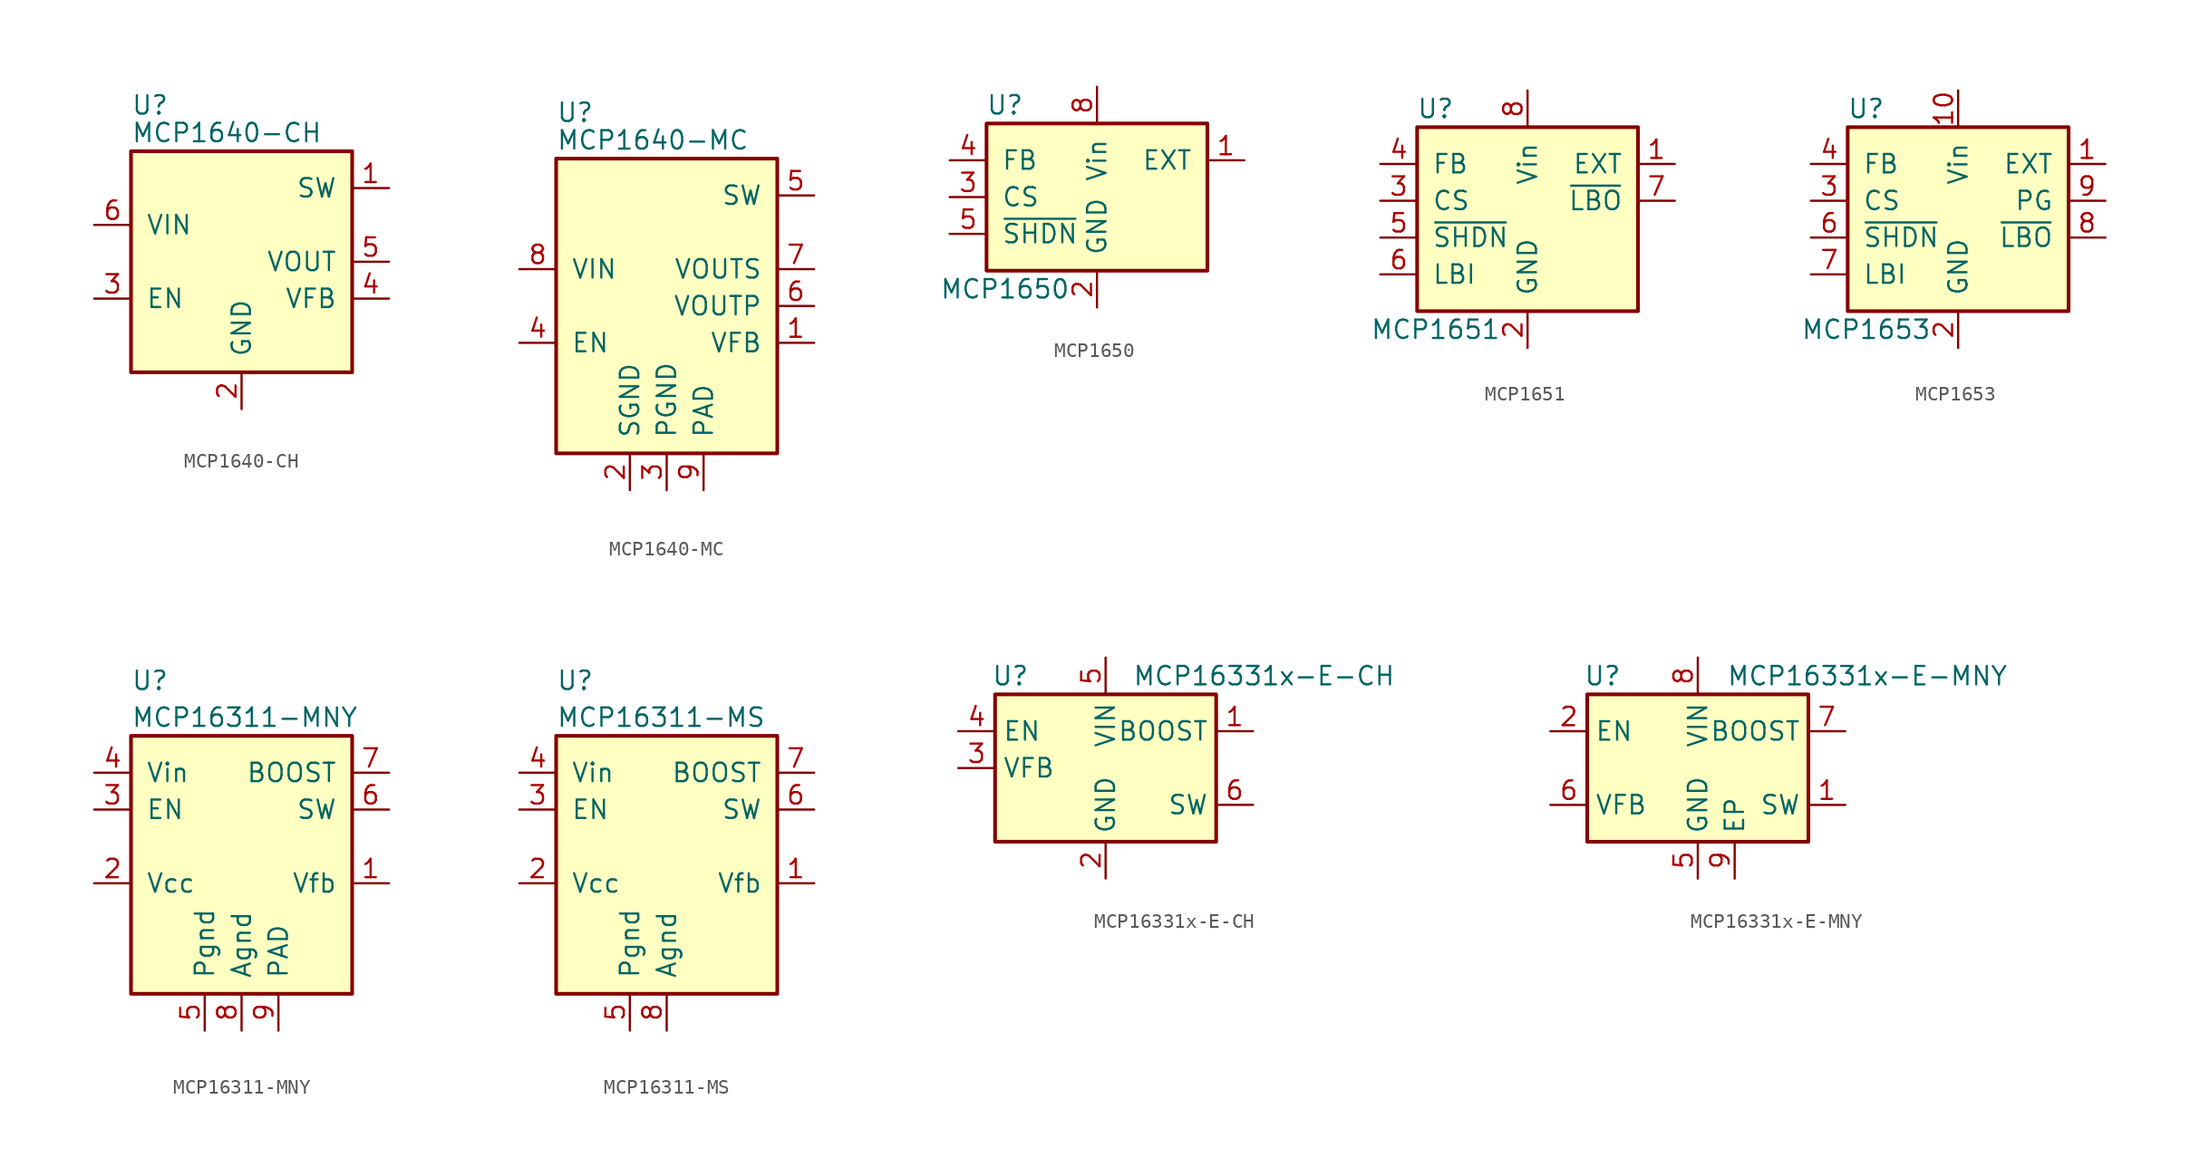
<source format=kicad_sym>
(kicad_symbol_lib
  (version 20211014)
  (generator kicad_symbol_editor)
  (symbol "MCP1640-CH"
    (pin_names
      (offset 1.016))
    (property "Reference" "U"
      (at -7.62 10.795 0)
      (effects (font (size 1.27 1.27)) (justify left)))
    (property "Value" "MCP1640-CH"
      (at -7.62 8.89 0)
      (effects (font (size 1.27 1.27)) (justify left)))
    (symbol "MCP1640-CH_0_1"
      (rectangle (start -7.62 7.62) (end 7.62 -7.62) (stroke (width 0.254) (type default) (color 0 0 0 0)) (fill (type background))))
    (symbol "MCP1640-CH_1_1"
      (pin input line (at 10.16 5.08 180) (length 2.54) (name "SW" (effects (font (size 1.27 1.27)))) (number "1" (effects (font (size 1.27 1.27)))))
      (pin power_in line (at 0 -10.16 90) (length 2.54) (name "GND" (effects (font (size 1.27 1.27)))) (number "2" (effects (font (size 1.27 1.27)))))
      (pin input line (at -10.16 -2.54 0) (length 2.54) (name "EN" (effects (font (size 1.27 1.27)))) (number "3" (effects (font (size 1.27 1.27)))))
      (pin input line (at 10.16 -2.54 180) (length 2.54) (name "VFB" (effects (font (size 1.27 1.27)))) (number "4" (effects (font (size 1.27 1.27)))))
      (pin power_out line (at 10.16 0 180) (length 2.54) (name "VOUT" (effects (font (size 1.27 1.27)))) (number "5" (effects (font (size 1.27 1.27)))))
      (pin power_in line (at -10.16 2.54 0) (length 2.54) (name "VIN" (effects (font (size 1.27 1.27)))) (number "6" (effects (font (size 1.27 1.27)))))))
  (symbol "MCP1640-MC"
    (pin_names
      (offset 1.016))
    (property "Reference" "U"
      (at -7.62 13.335 0)
      (effects (font (size 1.27 1.27)) (justify left)))
    (property "Value" "MCP1640-MC"
      (at -7.62 11.43 0)
      (effects (font (size 1.27 1.27)) (justify left)))
    (symbol "MCP1640-MC_0_1"
      (rectangle (start -7.62 10.16) (end 7.62 -10.16) (stroke (width 0.254) (type default) (color 0 0 0 0)) (fill (type background))))
    (symbol "MCP1640-MC_1_1"
      (pin input line (at 10.16 -2.54 180) (length 2.54) (name "VFB" (effects (font (size 1.27 1.27)))) (number "1" (effects (font (size 1.27 1.27)))))
      (pin power_in line (at -2.54 -12.7 90) (length 2.54) (name "SGND" (effects (font (size 1.27 1.27)))) (number "2" (effects (font (size 1.27 1.27)))))
      (pin power_in line (at 0 -12.7 90) (length 2.54) (name "PGND" (effects (font (size 1.27 1.27)))) (number "3" (effects (font (size 1.27 1.27)))))
      (pin input line (at -10.16 -2.54 0) (length 2.54) (name "EN" (effects (font (size 1.27 1.27)))) (number "4" (effects (font (size 1.27 1.27)))))
      (pin input line (at 10.16 7.62 180) (length 2.54) (name "SW" (effects (font (size 1.27 1.27)))) (number "5" (effects (font (size 1.27 1.27)))))
      (pin power_out line (at 10.16 0 180) (length 2.54) (name "VOUTP" (effects (font (size 1.27 1.27)))) (number "6" (effects (font (size 1.27 1.27)))))
      (pin power_out line (at 10.16 2.54 180) (length 2.54) (name "VOUTS" (effects (font (size 1.27 1.27)))) (number "7" (effects (font (size 1.27 1.27)))))
      (pin power_in line (at -10.16 2.54 0) (length 2.54) (name "VIN" (effects (font (size 1.27 1.27)))) (number "8" (effects (font (size 1.27 1.27)))))
      (pin passive line (at 2.54 -12.7 90) (length 2.54) (name "PAD" (effects (font (size 1.27 1.27)))) (number "9" (effects (font (size 1.27 1.27)))))))
  (symbol "MCP1650"
    (pin_names
      (offset 1.016))
    (property "Reference" "U"
      (at -6.35 6.35 0)
      (effects (font (size 1.27 1.27))))
    (property "Value" "MCP1650"
      (at -6.35 -6.35 0)
      (effects (font (size 1.27 1.27))))
    (symbol "MCP1650_0_1"
      (rectangle (start -7.62 5.08) (end 7.62 -5.08) (stroke (width 0.254) (type default) (color 0 0 0 0)) (fill (type background))))
    (symbol "MCP1650_1_1"
      (pin open_emitter line (at 10.16 2.54 180) (length 2.54) (name "EXT" (effects (font (size 1.27 1.27)))) (number "1" (effects (font (size 1.27 1.27)))))
      (pin power_in line (at 0 -7.62 90) (length 2.54) (name "GND" (effects (font (size 1.27 1.27)))) (number "2" (effects (font (size 1.27 1.27)))))
      (pin input line (at -10.16 0 0) (length 2.54) (name "CS" (effects (font (size 1.27 1.27)))) (number "3" (effects (font (size 1.27 1.27)))))
      (pin input line (at -10.16 2.54 0) (length 2.54) (name "FB" (effects (font (size 1.27 1.27)))) (number "4" (effects (font (size 1.27 1.27)))))
      (pin input line (at -10.16 -2.54 0) (length 2.54) (name "~{SHDN}" (effects (font (size 1.27 1.27)))) (number "5" (effects (font (size 1.27 1.27)))))
      (pin no_connect line (at 10.16 -2.54 180) (length 2.54) hide (name "NC" (effects (font (size 1.27 1.27)))) (number "6" (effects (font (size 1.27 1.27)))))
      (pin no_connect line (at 10.16 0 180) (length 2.54) hide (name "NC" (effects (font (size 1.27 1.27)))) (number "7" (effects (font (size 1.27 1.27)))))
      (pin power_in line (at 0 7.62 270) (length 2.54) (name "Vin" (effects (font (size 1.27 1.27)))) (number "8" (effects (font (size 1.27 1.27)))))))
  (symbol "MCP1651"
    (pin_names
      (offset 1.016))
    (property "Reference" "U"
      (at -6.35 8.89 0)
      (effects (font (size 1.27 1.27))))
    (property "Value" "MCP1651"
      (at -6.35 -6.35 0)
      (effects (font (size 1.27 1.27))))
    (symbol "MCP1651_0_1"
      (rectangle (start -7.62 7.62) (end 7.62 -5.08) (stroke (width 0.254) (type default) (color 0 0 0 0)) (fill (type background))))
    (symbol "MCP1651_1_1"
      (pin open_emitter line (at 10.16 5.08 180) (length 2.54) (name "EXT" (effects (font (size 1.27 1.27)))) (number "1" (effects (font (size 1.27 1.27)))))
      (pin power_in line (at 0 -7.62 90) (length 2.54) (name "GND" (effects (font (size 1.27 1.27)))) (number "2" (effects (font (size 1.27 1.27)))))
      (pin input line (at -10.16 2.54 0) (length 2.54) (name "CS" (effects (font (size 1.27 1.27)))) (number "3" (effects (font (size 1.27 1.27)))))
      (pin input line (at -10.16 5.08 0) (length 2.54) (name "FB" (effects (font (size 1.27 1.27)))) (number "4" (effects (font (size 1.27 1.27)))))
      (pin input line (at -10.16 0 0) (length 2.54) (name "~{SHDN}" (effects (font (size 1.27 1.27)))) (number "5" (effects (font (size 1.27 1.27)))))
      (pin input line (at -10.16 -2.54 0) (length 2.54) (name "LBI" (effects (font (size 1.27 1.27)))) (number "6" (effects (font (size 1.27 1.27)))))
      (pin open_emitter line (at 10.16 2.54 180) (length 2.54) (name "~{LBO}" (effects (font (size 1.27 1.27)))) (number "7" (effects (font (size 1.27 1.27)))))
      (pin power_in line (at 0 10.16 270) (length 2.54) (name "Vin" (effects (font (size 1.27 1.27)))) (number "8" (effects (font (size 1.27 1.27)))))))
  (symbol "MCP1653"
    (pin_names
      (offset 1.016))
    (property "Reference" "U"
      (at -6.35 8.89 0)
      (effects (font (size 1.27 1.27))))
    (property "Value" "MCP1653"
      (at -6.35 -6.35 0)
      (effects (font (size 1.27 1.27))))
    (symbol "MCP1653_0_1"
      (rectangle (start -7.62 7.62) (end 7.62 -5.08) (stroke (width 0.254) (type default) (color 0 0 0 0)) (fill (type background))))
    (symbol "MCP1653_1_1"
      (pin open_emitter line (at 10.16 5.08 180) (length 2.54) (name "EXT" (effects (font (size 1.27 1.27)))) (number "1" (effects (font (size 1.27 1.27)))))
      (pin power_in line (at 0 10.16 270) (length 2.54) (name "Vin" (effects (font (size 1.27 1.27)))) (number "10" (effects (font (size 1.27 1.27)))))
      (pin power_in line (at 0 -7.62 90) (length 2.54) (name "GND" (effects (font (size 1.27 1.27)))) (number "2" (effects (font (size 1.27 1.27)))))
      (pin input line (at -10.16 2.54 0) (length 2.54) (name "CS" (effects (font (size 1.27 1.27)))) (number "3" (effects (font (size 1.27 1.27)))))
      (pin input line (at -10.16 5.08 0) (length 2.54) (name "FB" (effects (font (size 1.27 1.27)))) (number "4" (effects (font (size 1.27 1.27)))))
      (pin no_connect line (at 10.16 -2.54 180) (length 2.54) hide (name "NC" (effects (font (size 1.27 1.27)))) (number "5" (effects (font (size 1.27 1.27)))))
      (pin input line (at -10.16 0 0) (length 2.54) (name "~{SHDN}" (effects (font (size 1.27 1.27)))) (number "6" (effects (font (size 1.27 1.27)))))
      (pin input line (at -10.16 -2.54 0) (length 2.54) (name "LBI" (effects (font (size 1.27 1.27)))) (number "7" (effects (font (size 1.27 1.27)))))
      (pin open_emitter line (at 10.16 0 180) (length 2.54) (name "~{LBO}" (effects (font (size 1.27 1.27)))) (number "8" (effects (font (size 1.27 1.27)))))
      (pin output line (at 10.16 2.54 180) (length 2.54) (name "PG" (effects (font (size 1.27 1.27)))) (number "9" (effects (font (size 1.27 1.27)))))))
  (symbol "MCP16311-MNY"
    (pin_names
      (offset 1.016))
    (property "Reference" "U"
      (at -7.62 13.97 0)
      (effects (font (size 1.27 1.27)) (justify left)))
    (property "Value" "MCP16311-MNY"
      (at -7.62 11.43 0)
      (effects (font (size 1.27 1.27)) (justify left)))
    (symbol "MCP16311-MNY_0_1"
      (rectangle (start -7.62 10.16) (end 7.62 -7.62) (stroke (width 0.254) (type default) (color 0 0 0 0)) (fill (type background))))
    (symbol "MCP16311-MNY_1_1"
      (pin input line (at 10.16 0 180) (length 2.54) (name "Vfb" (effects (font (size 1.27 1.27)))) (number "1" (effects (font (size 1.27 1.27)))))
      (pin power_out line (at -10.16 0 0) (length 2.54) (name "Vcc" (effects (font (size 1.27 1.27)))) (number "2" (effects (font (size 1.27 1.27)))))
      (pin input line (at -10.16 5.08 0) (length 2.54) (name "EN" (effects (font (size 1.27 1.27)))) (number "3" (effects (font (size 1.27 1.27)))))
      (pin power_in line (at -10.16 7.62 0) (length 2.54) (name "Vin" (effects (font (size 1.27 1.27)))) (number "4" (effects (font (size 1.27 1.27)))))
      (pin power_in line (at -2.54 -10.16 90) (length 2.54) (name "Pgnd" (effects (font (size 1.27 1.27)))) (number "5" (effects (font (size 1.27 1.27)))))
      (pin power_out line (at 10.16 5.08 180) (length 2.54) (name "SW" (effects (font (size 1.27 1.27)))) (number "6" (effects (font (size 1.27 1.27)))))
      (pin output line (at 10.16 7.62 180) (length 2.54) (name "BOOST" (effects (font (size 1.27 1.27)))) (number "7" (effects (font (size 1.27 1.27)))))
      (pin power_in line (at 0 -10.16 90) (length 2.54) (name "Agnd" (effects (font (size 1.27 1.27)))) (number "8" (effects (font (size 1.27 1.27)))))
      (pin power_in line (at 2.54 -10.16 90) (length 2.54) (name "PAD" (effects (font (size 1.27 1.27)))) (number "9" (effects (font (size 1.27 1.27)))))))
  (symbol "MCP16311-MS"
    (pin_names
      (offset 1.016))
    (property "Reference" "U"
      (at -7.62 13.97 0)
      (effects (font (size 1.27 1.27)) (justify left)))
    (property "Value" "MCP16311-MS"
      (at -7.62 11.43 0)
      (effects (font (size 1.27 1.27)) (justify left)))
    (symbol "MCP16311-MS_0_1"
      (rectangle (start -7.62 10.16) (end 7.62 -7.62) (stroke (width 0.254) (type default) (color 0 0 0 0)) (fill (type background))))
    (symbol "MCP16311-MS_1_1"
      (pin input line (at 10.16 0 180) (length 2.54) (name "Vfb" (effects (font (size 1.27 1.27)))) (number "1" (effects (font (size 1.27 1.27)))))
      (pin power_out line (at -10.16 0 0) (length 2.54) (name "Vcc" (effects (font (size 1.27 1.27)))) (number "2" (effects (font (size 1.27 1.27)))))
      (pin input line (at -10.16 5.08 0) (length 2.54) (name "EN" (effects (font (size 1.27 1.27)))) (number "3" (effects (font (size 1.27 1.27)))))
      (pin power_in line (at -10.16 7.62 0) (length 2.54) (name "Vin" (effects (font (size 1.27 1.27)))) (number "4" (effects (font (size 1.27 1.27)))))
      (pin power_in line (at -2.54 -10.16 90) (length 2.54) (name "Pgnd" (effects (font (size 1.27 1.27)))) (number "5" (effects (font (size 1.27 1.27)))))
      (pin power_out line (at 10.16 5.08 180) (length 2.54) (name "SW" (effects (font (size 1.27 1.27)))) (number "6" (effects (font (size 1.27 1.27)))))
      (pin output line (at 10.16 7.62 180) (length 2.54) (name "BOOST" (effects (font (size 1.27 1.27)))) (number "7" (effects (font (size 1.27 1.27)))))
      (pin power_in line (at 0 -10.16 90) (length 2.54) (name "Agnd" (effects (font (size 1.27 1.27)))) (number "8" (effects (font (size 1.27 1.27)))))))
  (symbol "MCP16331x-E-CH"
    (property "Reference" "U"
      (at -7.874 6.35 0)
      (effects (font (size 1.27 1.27)) (justify left)))
    (property "Value" "MCP16331x-E-CH"
      (at 10.922 6.35 0)
      (effects (font (size 1.27 1.27))))
    (symbol "MCP16331x-E-CH_0_1"
      (rectangle (start -7.62 5.08) (end 7.62 -5.08) (stroke (width 0.254) (type default) (color 0 0 0 0)) (fill (type background))))
    (symbol "MCP16331x-E-CH_1_1"
      (pin input line (at 10.16 2.54 180) (length 2.54) (name "BOOST" (effects (font (size 1.27 1.27)))) (number "1" (effects (font (size 1.27 1.27)))))
      (pin power_in line (at 0 -7.62 90) (length 2.54) (name "GND" (effects (font (size 1.27 1.27)))) (number "2" (effects (font (size 1.27 1.27)))))
      (pin input line (at -10.16 0 0) (length 2.54) (name "VFB" (effects (font (size 1.27 1.27)))) (number "3" (effects (font (size 1.27 1.27)))))
      (pin input line (at -10.16 2.54 0) (length 2.54) (name "EN" (effects (font (size 1.27 1.27)))) (number "4" (effects (font (size 1.27 1.27)))))
      (pin power_in line (at 0 7.62 270) (length 2.54) (name "VIN" (effects (font (size 1.27 1.27)))) (number "5" (effects (font (size 1.27 1.27)))))
      (pin power_out line (at 10.16 -2.54 180) (length 2.54) (name "SW" (effects (font (size 1.27 1.27)))) (number "6" (effects (font (size 1.27 1.27)))))))
  (symbol "MCP16331x-E-MNY"
    (property "Reference" "U"
      (at -7.874 6.35 0)
      (effects (font (size 1.27 1.27)) (justify left)))
    (property "Value" "MCP16331x-E-MNY"
      (at 11.684 6.35 0)
      (effects (font (size 1.27 1.27))))
    (symbol "MCP16331x-E-MNY_0_1"
      (rectangle (start -7.62 5.08) (end 7.62 -5.08) (stroke (width 0.254) (type default) (color 0 0 0 0)) (fill (type background))))
    (symbol "MCP16331x-E-MNY_1_1"
      (pin power_out line (at 10.16 -2.54 180) (length 2.54) (name "SW" (effects (font (size 1.27 1.27)))) (number "1" (effects (font (size 1.27 1.27)))))
      (pin input line (at -10.16 2.54 0) (length 2.54) (name "EN" (effects (font (size 1.27 1.27)))) (number "2" (effects (font (size 1.27 1.27)))))
      (pin no_connect line (at 7.62 0 180) (length 2.54) hide (name "NC" (effects (font (size 1.27 1.27)))) (number "3" (effects (font (size 1.27 1.27)))))
      (pin no_connect line (at -7.62 0 0) (length 2.54) hide (name "NC" (effects (font (size 1.27 1.27)))) (number "4" (effects (font (size 1.27 1.27)))))
      (pin power_in line (at 0 -7.62 90) (length 2.54) (name "GND" (effects (font (size 1.27 1.27)))) (number "5" (effects (font (size 1.27 1.27)))))
      (pin input line (at -10.16 -2.54 0) (length 2.54) (name "VFB" (effects (font (size 1.27 1.27)))) (number "6" (effects (font (size 1.27 1.27)))))
      (pin input line (at 10.16 2.54 180) (length 2.54) (name "BOOST" (effects (font (size 1.27 1.27)))) (number "7" (effects (font (size 1.27 1.27)))))
      (pin power_in line (at 0 7.62 270) (length 2.54) (name "VIN" (effects (font (size 1.27 1.27)))) (number "8" (effects (font (size 1.27 1.27)))))
      (pin power_in line (at 2.54 -7.62 90) (length 2.54) (name "EP" (effects (font (size 1.27 1.27)))) (number "9" (effects (font (size 1.27 1.27))))))))
</source>
